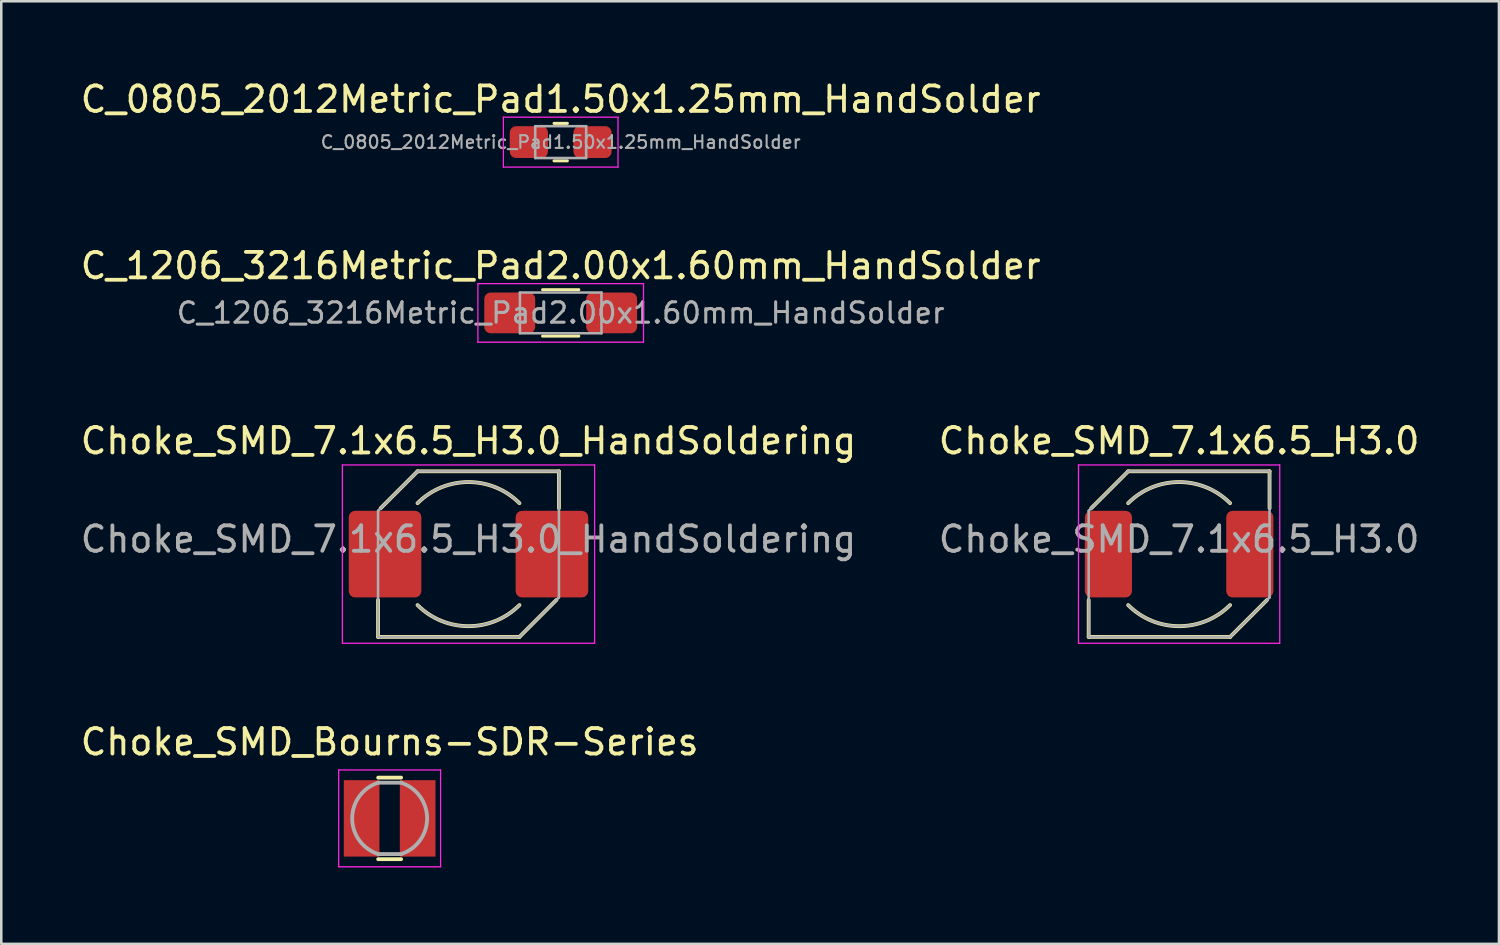
<source format=kicad_pcb>
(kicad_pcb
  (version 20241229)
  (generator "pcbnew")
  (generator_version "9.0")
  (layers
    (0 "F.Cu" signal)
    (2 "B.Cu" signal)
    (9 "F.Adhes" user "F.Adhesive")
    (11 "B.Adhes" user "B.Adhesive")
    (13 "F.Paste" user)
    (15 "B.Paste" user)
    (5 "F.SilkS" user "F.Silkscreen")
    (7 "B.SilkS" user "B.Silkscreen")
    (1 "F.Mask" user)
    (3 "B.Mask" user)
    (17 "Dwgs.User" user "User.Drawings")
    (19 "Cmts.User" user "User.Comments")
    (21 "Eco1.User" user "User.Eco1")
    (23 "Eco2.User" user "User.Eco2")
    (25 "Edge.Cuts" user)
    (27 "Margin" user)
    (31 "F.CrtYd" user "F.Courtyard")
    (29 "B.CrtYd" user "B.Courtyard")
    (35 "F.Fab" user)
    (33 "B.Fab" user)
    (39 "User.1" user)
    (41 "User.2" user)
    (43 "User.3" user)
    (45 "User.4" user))
  (footprint "Choke_SMD_Bourns-SDR-Series"
    (layer "F.Cu")
    (at 12.244 29.073)
    (property "Reference" "Choke_SMD_Bourns-SDR-Series" (at 0 -3 0) (layer "F.SilkS") (effects (font (size 1 1) (thickness 0.15))))
    (attr smd)
    (fp_line (start -0.45 -1.6) (end 0.45 -1.6) (stroke (width 0.15) (type solid)) (layer "F.SilkS"))
    (fp_line (start -0.45 1.6) (end 0.45 1.6) (stroke (width 0.15) (type solid)) (layer "F.SilkS"))
    (fp_line (start -2 -1.9) (end 2 -1.9) (stroke (width 0.05) (type solid)) (layer "F.CrtYd"))
    (fp_line (start -2 1.9) (end -2 -1.9) (stroke (width 0.05) (type solid)) (layer "F.CrtYd"))
    (fp_line (start 2 -1.9) (end 2 1.9) (stroke (width 0.05) (type solid)) (layer "F.CrtYd"))
    (fp_line (start 2 1.9) (end -2 1.9) (stroke (width 0.05) (type solid)) (layer "F.CrtYd"))
    (fp_line (start 0.45 -1.4) (end -0.45 -1.4) (stroke (width 0.15) (type solid)) (layer "F.Fab"))
    (fp_line (start 0.45 1.4) (end -0.45 1.4) (stroke (width 0.15) (type solid)) (layer "F.Fab"))
    (fp_arc (start -0.45 1.4) (mid -1.470544 0) (end -0.45 -1.4) (stroke (width 0.15) (type solid)) (layer "F.Fab"))
    (fp_arc (start 0.45 -1.4) (mid 1.470544 0) (end 0.449999 1.4) (stroke (width 0.15) (type solid)) (layer "F.Fab"))
    (pad "1" smd rect (at -1.1 0) (size 1.4 3) (layers "F.Cu" "F.Mask" "F.Paste"))
    (pad "2" smd rect (at 1.1 0) (size 1.4 3) (layers "F.Cu" "F.Mask" "F.Paste")))
  (footprint "Choke_SMD_7.1x6.5_H3.0"
    (layer "F.Cu")
    (at 43.232 18.7)
    (property "Reference" "Choke_SMD_7.1x6.5_H3.0" (at 0 -4.445 0) (layer "F.SilkS") (effects (font (size 1 1) (thickness 0.15))))
    (attr smd)
    (fp_line (start -3.55 3.25) (end -3.55 1.8) (stroke (width 0.15) (type solid)) (layer "F.SilkS"))
    (fp_line (start -2 -3.25) (end -3.45 -1.8) (stroke (width 0.15) (type solid)) (layer "F.SilkS"))
    (fp_line (start -2 -3.25) (end 3.55 -3.25) (stroke (width 0.15) (type solid)) (layer "F.SilkS"))
    (fp_line (start 2 3.25) (end -3.55 3.25) (stroke (width 0.15) (type solid)) (layer "F.SilkS"))
    (fp_line (start 3.45 1.8) (end 2 3.25) (stroke (width 0.15) (type solid)) (layer "F.SilkS"))
    (fp_line (start 3.55 -3.25) (end 3.55 -1.8) (stroke (width 0.15) (type solid)) (layer "F.SilkS"))
    (fp_arc (start -2 -2) (mid 0 -2.828427) (end 2 -2) (stroke (width 0.15) (type solid)) (layer "F.SilkS"))
    (fp_arc (start 2 2) (mid 0 2.828427) (end -2 2) (stroke (width 0.15) (type solid)) (layer "F.SilkS"))
    (fp_line (start -3.95 -3.5) (end -3.95 3.5) (stroke (width 0.05) (type solid)) (layer "F.CrtYd"))
    (fp_line (start -3.95 3.5) (end 3.95 3.5) (stroke (width 0.05) (type solid)) (layer "F.CrtYd"))
    (fp_line (start 3.95 -3.5) (end -3.95 -3.5) (stroke (width 0.05) (type solid)) (layer "F.CrtYd"))
    (fp_line (start 3.95 3.5) (end 3.95 -3.5) (stroke (width 0.05) (type solid)) (layer "F.CrtYd"))
    (fp_line (start -3.55 3.25) (end -3.55 -1.7) (stroke (width 0.1) (type solid)) (layer "F.Fab"))
    (fp_line (start -2 -3.25) (end -3.55 -1.7) (stroke (width 0.1) (type solid)) (layer "F.Fab"))
    (fp_line (start -2 -3.25) (end 3.55 -3.25) (stroke (width 0.1) (type solid)) (layer "F.Fab"))
    (fp_line (start 2 3.25) (end -3.55 3.25) (stroke (width 0.1) (type solid)) (layer "F.Fab"))
    (fp_line (start 3.55 -3.25) (end 3.55 1.7) (stroke (width 0.1) (type solid)) (layer "F.Fab"))
    (fp_line (start 3.55 1.7) (end 2 3.25) (stroke (width 0.1) (type solid)) (layer "F.Fab"))
    (fp_arc (start -2 -2) (mid 0 -2.828427) (end 2 -2) (stroke (width 0.1) (type solid)) (layer "F.Fab"))
    (fp_arc (start 2 2) (mid 0 2.828427) (end -2 2) (stroke (width 0.1) (type solid)) (layer "F.Fab"))
    (fp_text user "${REFERENCE}" (at 0 0 0) (unlocked yes) (layer "F.Fab") (effects (font (size 1 1) (thickness 0.15)) (justify bottom)))
    (pad "1" smd roundrect (at -2.775 0) (size 1.85 3.4) (layers "F.Cu" "F.Mask" "F.Paste") (roundrect_rratio 0.135))
    (pad "2" smd roundrect (at 2.775 0) (size 1.85 3.4) (layers "F.Cu" "F.Mask" "F.Paste") (roundrect_rratio 0.135)))
  (footprint "C_1206_3216Metric_Pad2.00x1.60mm_HandSolder"
    (layer "F.Cu")
    (at 18.958 9.232)
    (property "Reference" "C_1206_3216Metric_Pad2.00x1.60mm_HandSolder" (at 0 -1.85 0) (layer "F.SilkS") (effects (font (size 1 1) (thickness 0.15))))
    (attr smd)
    (fp_line (start -0.711 -0.91) (end 0.711 -0.91) (stroke (width 0.12) (type solid)) (layer "F.SilkS"))
    (fp_line (start -0.711 0.91) (end 0.711 0.91) (stroke (width 0.12) (type solid)) (layer "F.SilkS"))
    (fp_line (start -3.25 -1.15) (end 3.25 -1.15) (stroke (width 0.05) (type solid)) (layer "F.CrtYd"))
    (fp_line (start -3.25 1.15) (end -3.25 -1.15) (stroke (width 0.05) (type solid)) (layer "F.CrtYd"))
    (fp_line (start 3.25 -1.15) (end 3.25 1.15) (stroke (width 0.05) (type solid)) (layer "F.CrtYd"))
    (fp_line (start 3.25 1.15) (end -3.25 1.15) (stroke (width 0.05) (type solid)) (layer "F.CrtYd"))
    (fp_line (start -1.6 -0.8) (end 1.6 -0.8) (stroke (width 0.1) (type solid)) (layer "F.Fab"))
    (fp_line (start -1.6 0.8) (end -1.6 -0.8) (stroke (width 0.1) (type solid)) (layer "F.Fab"))
    (fp_line (start 1.6 -0.8) (end 1.6 0.8) (stroke (width 0.1) (type solid)) (layer "F.Fab"))
    (fp_line (start 1.6 0.8) (end -1.6 0.8) (stroke (width 0.1) (type solid)) (layer "F.Fab"))
    (fp_text user "${REFERENCE}" (at 0 0 0) (layer "F.Fab") (effects (font (size 0.8 0.8) (thickness 0.12))))
    (pad "1" smd roundrect (at -2 0) (size 2 1.6) (layers "F.Cu" "F.Mask" "F.Paste") (roundrect_rratio 0.156))
    (pad "2" smd roundrect (at 2 0) (size 2 1.6) (layers "F.Cu" "F.Mask" "F.Paste") (roundrect_rratio 0.156)))
  (footprint "Choke_SMD_7.1x6.5_H3.0_HandSoldering"
    (layer "F.Cu")
    (at 15.339 18.7)
    (property "Reference" "Choke_SMD_7.1x6.5_H3.0_HandSoldering" (at 0 -4.445 0) (layer "F.SilkS") (effects (font (size 1 1) (thickness 0.15))))
    (attr smd)
    (fp_line (start -3.55 3.25) (end -3.55 1.8) (stroke (width 0.15) (type solid)) (layer "F.SilkS"))
    (fp_line (start -2 -3.25) (end -3.45 -1.8) (stroke (width 0.15) (type solid)) (layer "F.SilkS"))
    (fp_line (start -2 -3.25) (end 3.55 -3.25) (stroke (width 0.15) (type solid)) (layer "F.SilkS"))
    (fp_line (start 2 3.25) (end -3.55 3.25) (stroke (width 0.15) (type solid)) (layer "F.SilkS"))
    (fp_line (start 3.45 1.8) (end 2 3.25) (stroke (width 0.15) (type solid)) (layer "F.SilkS"))
    (fp_line (start 3.55 -3.25) (end 3.55 -1.8) (stroke (width 0.15) (type solid)) (layer "F.SilkS"))
    (fp_arc (start -2 -2) (mid 0 -2.828427) (end 2 -2) (stroke (width 0.15) (type solid)) (layer "F.SilkS"))
    (fp_arc (start 2 2) (mid 0 2.828427) (end -2 2) (stroke (width 0.15) (type solid)) (layer "F.SilkS"))
    (fp_line (start -4.95 -3.5) (end -4.95 3.5) (stroke (width 0.05) (type solid)) (layer "F.CrtYd"))
    (fp_line (start -4.95 3.5) (end 4.95 3.5) (stroke (width 0.05) (type solid)) (layer "F.CrtYd"))
    (fp_line (start 4.95 -3.5) (end -4.95 -3.5) (stroke (width 0.05) (type solid)) (layer "F.CrtYd"))
    (fp_line (start 4.95 3.5) (end 4.95 -3.5) (stroke (width 0.05) (type solid)) (layer "F.CrtYd"))
    (fp_line (start -3.55 3.25) (end -3.55 -1.7) (stroke (width 0.1) (type solid)) (layer "F.Fab"))
    (fp_line (start -2 -3.25) (end -3.55 -1.7) (stroke (width 0.1) (type solid)) (layer "F.Fab"))
    (fp_line (start -2 -3.25) (end 3.55 -3.25) (stroke (width 0.1) (type solid)) (layer "F.Fab"))
    (fp_line (start 2 3.25) (end -3.55 3.25) (stroke (width 0.1) (type solid)) (layer "F.Fab"))
    (fp_line (start 3.55 -3.25) (end 3.55 1.7) (stroke (width 0.1) (type solid)) (layer "F.Fab"))
    (fp_line (start 3.55 1.7) (end 2 3.25) (stroke (width 0.1) (type solid)) (layer "F.Fab"))
    (fp_arc (start -2 -2) (mid 0 -2.828427) (end 2 -2) (stroke (width 0.1) (type solid)) (layer "F.Fab"))
    (fp_arc (start 2 2) (mid 0 2.828427) (end -2 2) (stroke (width 0.1) (type solid)) (layer "F.Fab"))
    (fp_text user "${REFERENCE}" (at 0 0 0) (unlocked yes) (layer "F.Fab") (effects (font (size 1 1) (thickness 0.15)) (justify bottom)))
    (pad "1" smd roundrect (at -3.275 0) (size 2.85 3.4) (layers "F.Cu" "F.Mask" "F.Paste") (roundrect_rratio 0.088))
    (pad "2" smd roundrect (at 3.275 0) (size 2.85 3.4) (layers "F.Cu" "F.Mask" "F.Paste") (roundrect_rratio 0.088)))
  (footprint "C_0805_2012Metric_Pad1.50x1.25mm_HandSolder"
    (layer "F.Cu")
    (at 18.958 2.528)
    (property "Reference" "C_0805_2012Metric_Pad1.50x1.25mm_HandSolder" (at 0 -1.68 0) (layer "F.SilkS") (effects (font (size 1 1) (thickness 0.15))))
    (attr smd)
    (fp_line (start -0.261 -0.735) (end 0.261 -0.735) (stroke (width 0.12) (type solid)) (layer "F.SilkS"))
    (fp_line (start -0.261 0.735) (end 0.261 0.735) (stroke (width 0.12) (type solid)) (layer "F.SilkS"))
    (fp_line (start -2.25 -0.98) (end 2.25 -0.98) (stroke (width 0.05) (type solid)) (layer "F.CrtYd"))
    (fp_line (start -2.25 0.98) (end -2.25 -0.98) (stroke (width 0.05) (type solid)) (layer "F.CrtYd"))
    (fp_line (start 2.25 -0.98) (end 2.25 0.98) (stroke (width 0.05) (type solid)) (layer "F.CrtYd"))
    (fp_line (start 2.25 0.98) (end -2.25 0.98) (stroke (width 0.05) (type solid)) (layer "F.CrtYd"))
    (fp_line (start -1 -0.625) (end 1 -0.625) (stroke (width 0.1) (type solid)) (layer "F.Fab"))
    (fp_line (start -1 0.625) (end -1 -0.625) (stroke (width 0.1) (type solid)) (layer "F.Fab"))
    (fp_line (start 1 -0.625) (end 1 0.625) (stroke (width 0.1) (type solid)) (layer "F.Fab"))
    (fp_line (start 1 0.625) (end -1 0.625) (stroke (width 0.1) (type solid)) (layer "F.Fab"))
    (fp_text user "${REFERENCE}" (at 0 0 0) (layer "F.Fab") (effects (font (size 0.5 0.5) (thickness 0.08))))
    (pad "1" smd roundrect (at -1.25 0) (size 1.5 1.25) (layers "F.Cu" "F.Mask" "F.Paste") (roundrect_rratio 0.2))
    (pad "2" smd roundrect (at 1.25 0) (size 1.5 1.25) (layers "F.Cu" "F.Mask" "F.Paste") (roundrect_rratio 0.2)))
  (gr_rect
    (start -3 -3)
    (end 55.786 33.998)
    (stroke (width 0.1) (type default))
    (fill no)
    (layer "Edge.Cuts")))
</source>
